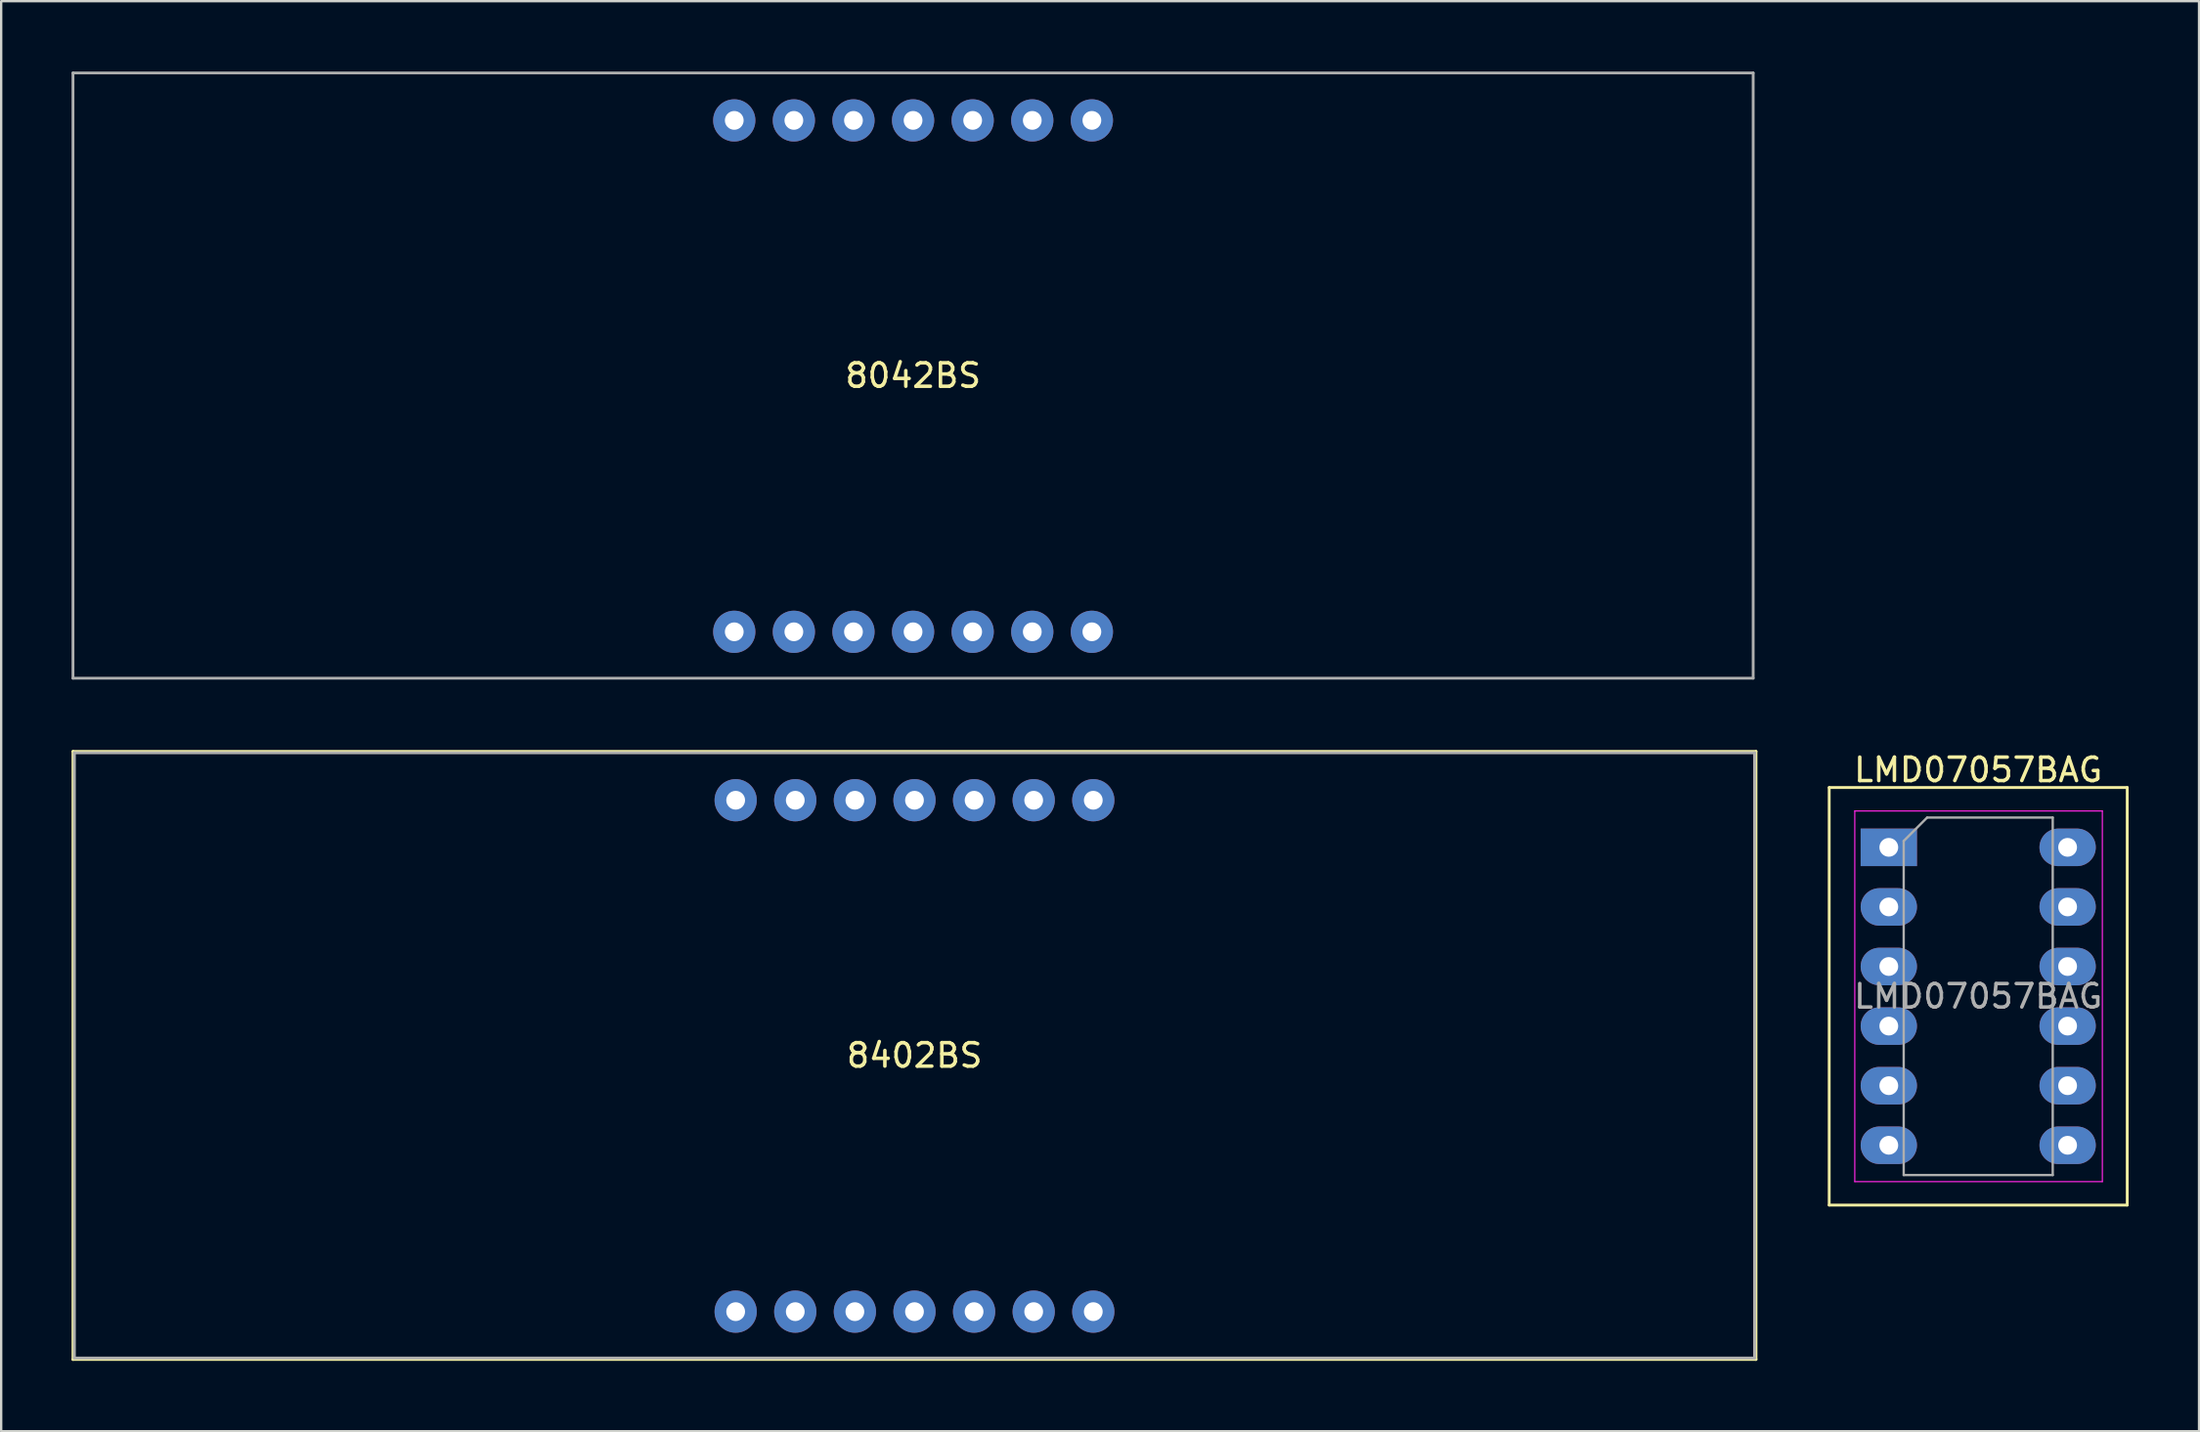
<source format=kicad_pcb>
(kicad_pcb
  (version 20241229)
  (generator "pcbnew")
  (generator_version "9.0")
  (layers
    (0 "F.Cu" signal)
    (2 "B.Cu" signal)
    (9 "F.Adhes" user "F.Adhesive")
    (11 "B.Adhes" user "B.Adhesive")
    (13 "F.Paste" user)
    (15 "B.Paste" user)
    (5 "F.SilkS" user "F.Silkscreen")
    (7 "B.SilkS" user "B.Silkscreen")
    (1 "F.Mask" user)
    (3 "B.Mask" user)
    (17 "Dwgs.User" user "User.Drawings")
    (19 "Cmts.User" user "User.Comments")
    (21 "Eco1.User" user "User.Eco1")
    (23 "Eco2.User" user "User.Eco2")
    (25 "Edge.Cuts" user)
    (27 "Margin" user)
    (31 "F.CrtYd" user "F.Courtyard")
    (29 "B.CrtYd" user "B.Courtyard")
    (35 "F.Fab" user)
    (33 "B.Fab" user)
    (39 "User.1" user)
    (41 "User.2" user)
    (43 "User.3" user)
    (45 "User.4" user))
  (footprint "LMD07057BAG"
    (layer "F.Cu")
    (at 77.44 33.07)
    (property "Reference" "LMD07057BAG" (at 3.81 -3.302 0) (layer "F.SilkS") (effects (font (size 1 1) (thickness 0.15))))
    (attr through_hole)
    (fp_line (start -2.54 -2.55) (end -2.54 15.25) (stroke (width 0.12) (type solid)) (layer "F.SilkS"))
    (fp_line (start -2.54 -2.55) (end 10.16 -2.55) (stroke (width 0.12) (type solid)) (layer "F.SilkS"))
    (fp_line (start -2.54 15.25) (end 10.16 15.25) (stroke (width 0.12) (type solid)) (layer "F.SilkS"))
    (fp_line (start 10.16 -2.55) (end 10.16 15.25) (stroke (width 0.12) (type solid)) (layer "F.SilkS"))
    (fp_line (start -1.45 -1.55) (end -1.45 14.25) (stroke (width 0.05) (type solid)) (layer "F.CrtYd"))
    (fp_line (start -1.45 14.25) (end 9.1 14.25) (stroke (width 0.05) (type solid)) (layer "F.CrtYd"))
    (fp_line (start 9.1 -1.55) (end -1.45 -1.55) (stroke (width 0.05) (type solid)) (layer "F.CrtYd"))
    (fp_line (start 9.1 14.25) (end 9.1 -1.55) (stroke (width 0.05) (type solid)) (layer "F.CrtYd"))
    (fp_line (start 0.635 -0.27) (end 1.635 -1.27) (stroke (width 0.1) (type solid)) (layer "F.Fab"))
    (fp_line (start 0.635 13.97) (end 0.635 -0.27) (stroke (width 0.1) (type solid)) (layer "F.Fab"))
    (fp_line (start 1.635 -1.27) (end 6.985 -1.27) (stroke (width 0.1) (type solid)) (layer "F.Fab"))
    (fp_line (start 6.985 -1.27) (end 6.985 13.97) (stroke (width 0.1) (type solid)) (layer "F.Fab"))
    (fp_line (start 6.985 13.97) (end 0.635 13.97) (stroke (width 0.1) (type solid)) (layer "F.Fab"))
    (fp_text user "${REFERENCE}" (at 3.81 6.35 0) (layer "F.Fab") (effects (font (size 1 1) (thickness 0.15))))
    (pad "1" thru_hole rect (at 0 0) (size 2.4 1.6) (drill 0.8) (layers "*.Cu" "*.Mask"))
    (pad "2" thru_hole oval (at 0 2.54) (size 2.4 1.6) (drill 0.8) (layers "*.Cu" "*.Mask"))
    (pad "3" thru_hole oval (at 0 5.08) (size 2.4 1.6) (drill 0.8) (layers "*.Cu" "*.Mask"))
    (pad "4" thru_hole oval (at 0 7.62) (size 2.4 1.6) (drill 0.8) (layers "*.Cu" "*.Mask"))
    (pad "5" thru_hole oval (at 0 10.16) (size 2.4 1.6) (drill 0.8) (layers "*.Cu" "*.Mask"))
    (pad "6" thru_hole oval (at 0 12.7) (size 2.4 1.6) (drill 0.8) (layers "*.Cu" "*.Mask"))
    (pad "7" thru_hole oval (at 7.62 12.7) (size 2.4 1.6) (drill 0.8) (layers "*.Cu" "*.Mask"))
    (pad "8" thru_hole oval (at 7.62 10.16) (size 2.4 1.6) (drill 0.8) (layers "*.Cu" "*.Mask"))
    (pad "9" thru_hole oval (at 7.62 7.62) (size 2.4 1.6) (drill 0.8) (layers "*.Cu" "*.Mask"))
    (pad "10" thru_hole oval (at 7.62 5.08) (size 2.4 1.6) (drill 0.8) (layers "*.Cu" "*.Mask"))
    (pad "11" thru_hole oval (at 7.62 2.54) (size 2.4 1.6) (drill 0.8) (layers "*.Cu" "*.Mask"))
    (pad "12" thru_hole oval (at 7.62 0) (size 2.4 1.6) (drill 0.8) (layers "*.Cu" "*.Mask")))
  (footprint "8042BS"
    (layer "F.Cu")
    (at 35.86 12.96)
    (property "Reference" "8042BS" (at 0 0 0) (layer "F.SilkS") (effects (font (size 1 1) (thickness 0.15))))
    (attr through_hole)
    (fp_line (start -35.8 -12.9) (end 35.8 -12.9) (stroke (width 0.12) (type solid)) (layer "F.Fab"))
    (fp_line (start -35.8 12.9) (end -35.8 -12.9) (stroke (width 0.12) (type solid)) (layer "F.Fab"))
    (fp_line (start 35.8 -12.9) (end 35.8 12.9) (stroke (width 0.12) (type solid)) (layer "F.Fab"))
    (fp_line (start 35.8 12.9) (end -35.8 12.9) (stroke (width 0.12) (type solid)) (layer "F.Fab"))
    (pad "1" thru_hole circle (at -7.62 10.922 90) (size 1.8 1.8) (drill 0.8) (layers "*.Cu" "*.Mask" "Eco1.User"))
    (pad "2" thru_hole circle (at -5.08 10.922 90) (size 1.8 1.8) (drill 0.8) (layers "*.Cu" "*.Mask"))
    (pad "3" thru_hole circle (at -2.54 10.922 90) (size 1.8 1.8) (drill 0.8) (layers "*.Cu" "*.Mask"))
    (pad "4" thru_hole circle (at 0 10.922 90) (size 1.8 1.8) (drill 0.8) (layers "*.Cu" "*.Mask"))
    (pad "5" thru_hole circle (at 2.54 10.922 90) (size 1.8 1.8) (drill 0.8) (layers "*.Cu" "*.Mask"))
    (pad "6" thru_hole circle (at 5.08 10.922 90) (size 1.8 1.8) (drill 0.8) (layers "*.Cu" "*.Mask"))
    (pad "7" thru_hole circle (at 7.62 10.922 90) (size 1.8 1.8) (drill 0.8) (layers "*.Cu" "*.Mask"))
    (pad "8" thru_hole circle (at 7.62 -10.878 90) (size 1.8 1.8) (drill 0.8) (layers "*.Cu" "*.Mask"))
    (pad "9" thru_hole circle (at 5.08 -10.878 90) (size 1.8 1.8) (drill 0.8) (layers "*.Cu" "*.Mask"))
    (pad "10" thru_hole circle (at 2.54 -10.878 90) (size 1.8 1.8) (drill 0.8) (layers "*.Cu" "*.Mask"))
    (pad "11" thru_hole circle (at 0 -10.878 90) (size 1.8 1.8) (drill 0.8) (layers "*.Cu" "*.Mask"))
    (pad "12" thru_hole circle (at -2.54 -10.878 90) (size 1.8 1.8) (drill 0.8) (layers "*.Cu" "*.Mask"))
    (pad "13" thru_hole circle (at -5.08 -10.878 90) (size 1.8 1.8) (drill 0.8) (layers "*.Cu" "*.Mask"))
    (pad "14" thru_hole circle (at -7.62 -10.878 90) (size 1.8 1.8) (drill 0.8) (layers "*.Cu" "*.Mask")))
  (footprint "8402BS"
    (layer "F.Cu")
    (at 35.92 41.94)
    (property "Reference" "8402BS" (at 0 0 0) (layer "F.SilkS") (effects (font (size 1 1) (thickness 0.15))))
    (attr through_hole)
    (fp_line (start -35.86 -12.96) (end 35.86 -12.96) (stroke (width 0.12) (type solid)) (layer "F.SilkS"))
    (fp_line (start -35.86 12.96) (end -35.86 -12.96) (stroke (width 0.12) (type solid)) (layer "F.SilkS"))
    (fp_line (start -35.86 12.96) (end 35.86 12.96) (stroke (width 0.12) (type solid)) (layer "F.SilkS"))
    (fp_line (start 35.86 -12.96) (end 35.86 12.96) (stroke (width 0.12) (type solid)) (layer "F.SilkS"))
    (fp_line (start -35.8 -12.9) (end 35.8 -12.9) (stroke (width 0.12) (type solid)) (layer "F.Fab"))
    (fp_line (start -35.8 12.9) (end -35.8 -12.9) (stroke (width 0.12) (type solid)) (layer "F.Fab"))
    (fp_line (start 35.8 -12.9) (end 35.8 12.9) (stroke (width 0.12) (type solid)) (layer "F.Fab"))
    (fp_line (start 35.8 12.9) (end -35.8 12.9) (stroke (width 0.12) (type solid)) (layer "F.Fab"))
    (pad "1" thru_hole circle (at -7.62 10.922 90) (size 1.8 1.8) (drill 0.8) (layers "*.Cu" "*.Mask" "Eco1.User"))
    (pad "2" thru_hole circle (at -5.08 10.922 90) (size 1.8 1.8) (drill 0.8) (layers "*.Cu" "*.Mask"))
    (pad "3" thru_hole circle (at -2.54 10.922 90) (size 1.8 1.8) (drill 0.8) (layers "*.Cu" "*.Mask"))
    (pad "4" thru_hole circle (at 0 10.922 90) (size 1.8 1.8) (drill 0.8) (layers "*.Cu" "*.Mask"))
    (pad "5" thru_hole circle (at 2.54 10.922 90) (size 1.8 1.8) (drill 0.8) (layers "*.Cu" "*.Mask"))
    (pad "6" thru_hole circle (at 5.08 10.922 90) (size 1.8 1.8) (drill 0.8) (layers "*.Cu" "*.Mask"))
    (pad "7" thru_hole circle (at 7.62 10.922 90) (size 1.8 1.8) (drill 0.8) (layers "*.Cu" "*.Mask"))
    (pad "8" thru_hole circle (at 7.62 -10.878 90) (size 1.8 1.8) (drill 0.8) (layers "*.Cu" "*.Mask"))
    (pad "9" thru_hole circle (at 5.08 -10.878 90) (size 1.8 1.8) (drill 0.8) (layers "*.Cu" "*.Mask"))
    (pad "10" thru_hole circle (at 2.54 -10.878 90) (size 1.8 1.8) (drill 0.8) (layers "*.Cu" "*.Mask"))
    (pad "11" thru_hole circle (at 0 -10.878 90) (size 1.8 1.8) (drill 0.8) (layers "*.Cu" "*.Mask"))
    (pad "12" thru_hole circle (at -2.54 -10.878 90) (size 1.8 1.8) (drill 0.8) (layers "*.Cu" "*.Mask"))
    (pad "13" thru_hole circle (at -5.08 -10.878 90) (size 1.8 1.8) (drill 0.8) (layers "*.Cu" "*.Mask"))
    (pad "14" thru_hole circle (at -7.62 -10.878 90) (size 1.8 1.8) (drill 0.8) (layers "*.Cu" "*.Mask")))
  (gr_rect
    (start -3 -3)
    (end 90.66 57.96)
    (stroke (width 0.1) (type default))
    (fill no)
    (layer "Edge.Cuts")))
</source>
